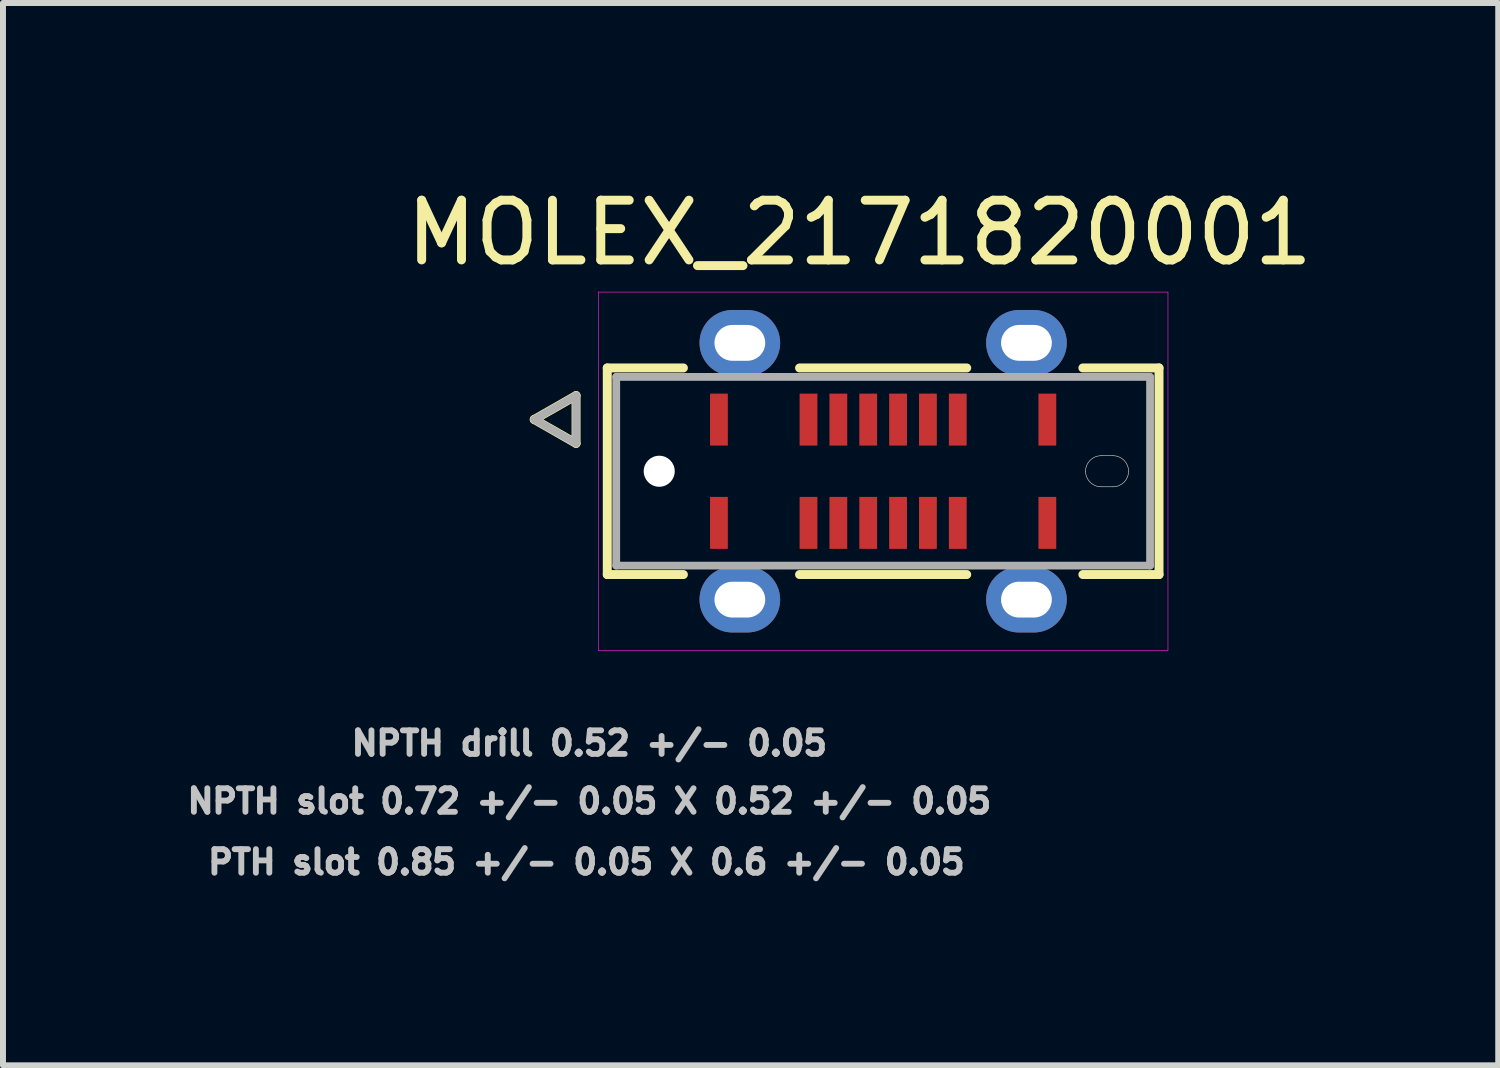
<source format=kicad_pcb>
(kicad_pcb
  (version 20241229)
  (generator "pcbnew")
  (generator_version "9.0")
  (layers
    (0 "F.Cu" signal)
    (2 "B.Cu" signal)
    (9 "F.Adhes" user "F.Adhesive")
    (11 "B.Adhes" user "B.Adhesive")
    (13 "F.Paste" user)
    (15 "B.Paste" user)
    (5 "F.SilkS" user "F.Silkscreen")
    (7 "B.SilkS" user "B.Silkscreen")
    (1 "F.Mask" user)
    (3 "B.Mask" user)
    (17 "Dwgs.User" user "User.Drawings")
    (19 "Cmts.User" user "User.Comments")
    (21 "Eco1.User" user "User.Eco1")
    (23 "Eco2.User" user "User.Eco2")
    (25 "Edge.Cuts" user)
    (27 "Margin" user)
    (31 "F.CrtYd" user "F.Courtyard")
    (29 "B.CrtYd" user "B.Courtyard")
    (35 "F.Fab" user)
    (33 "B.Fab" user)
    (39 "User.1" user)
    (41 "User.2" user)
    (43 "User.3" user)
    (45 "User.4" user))
  (footprint "MOLEX_2171820001"
    (layer "F.Cu")
    (at 11.74 4.842)
    (property "Reference" "MOLEX_2171820001" (at -0.395 -3.994 0) (layer "F.SilkS") (effects (font (size 1 1) (thickness 0.15))))
    (attr smd)
    (fp_circle (center -3.75 0) (end -3.588 0) (stroke (width 0.324) (type solid)) (fill no) (layer "F.Mask"))
    (fp_poly (pts (xy -2.962 -1.363) (xy -2.538 -1.363) (xy -2.538 -0.366) (xy -2.962 -0.366)) (stroke (width 0.01) (type solid)) (fill yes) (layer "F.Mask"))
    (fp_poly (pts (xy -2.962 0.366) (xy -2.538 0.366) (xy -2.538 1.363) (xy -2.962 1.363)) (stroke (width 0.01) (type solid)) (fill yes) (layer "F.Mask"))
    (fp_poly (pts (xy -1.462 -1.363) (xy -1.038 -1.363) (xy -1.038 -0.366) (xy -1.462 -0.366)) (stroke (width 0.01) (type solid)) (fill yes) (layer "F.Mask"))
    (fp_poly (pts (xy -1.462 0.366) (xy -1.038 0.366) (xy -1.038 1.363) (xy -1.462 1.363)) (stroke (width 0.01) (type solid)) (fill yes) (layer "F.Mask"))
    (fp_poly (pts (xy -0.963 -1.363) (xy -0.537 -1.363) (xy -0.537 -0.366) (xy -0.963 -0.366)) (stroke (width 0.01) (type solid)) (fill yes) (layer "F.Mask"))
    (fp_poly (pts (xy -0.963 0.366) (xy -0.537 0.366) (xy -0.537 1.363) (xy -0.963 1.363)) (stroke (width 0.01) (type solid)) (fill yes) (layer "F.Mask"))
    (fp_poly (pts (xy -0.463 -1.363) (xy -0.037 -1.363) (xy -0.037 -0.366) (xy -0.463 -0.366)) (stroke (width 0.01) (type solid)) (fill yes) (layer "F.Mask"))
    (fp_poly (pts (xy -0.463 0.366) (xy -0.037 0.366) (xy -0.037 1.363) (xy -0.463 1.363)) (stroke (width 0.01) (type solid)) (fill yes) (layer "F.Mask"))
    (fp_poly (pts (xy 0.037 -1.363) (xy 0.463 -1.363) (xy 0.463 -0.366) (xy 0.037 -0.366)) (stroke (width 0.01) (type solid)) (fill yes) (layer "F.Mask"))
    (fp_poly (pts (xy 0.037 0.366) (xy 0.463 0.366) (xy 0.463 1.363) (xy 0.037 1.363)) (stroke (width 0.01) (type solid)) (fill yes) (layer "F.Mask"))
    (fp_poly (pts (xy 0.537 -1.363) (xy 0.963 -1.363) (xy 0.963 -0.366) (xy 0.537 -0.366)) (stroke (width 0.01) (type solid)) (fill yes) (layer "F.Mask"))
    (fp_poly (pts (xy 0.537 0.366) (xy 0.963 0.366) (xy 0.963 1.363) (xy 0.537 1.363)) (stroke (width 0.01) (type solid)) (fill yes) (layer "F.Mask"))
    (fp_poly (pts (xy 1.038 -1.363) (xy 1.462 -1.363) (xy 1.462 -0.366) (xy 1.038 -0.366)) (stroke (width 0.01) (type solid)) (fill yes) (layer "F.Mask"))
    (fp_poly (pts (xy 1.038 0.366) (xy 1.462 0.366) (xy 1.462 1.363) (xy 1.038 1.363)) (stroke (width 0.01) (type solid)) (fill yes) (layer "F.Mask"))
    (fp_poly (pts (xy 2.538 -1.363) (xy 2.962 -1.363) (xy 2.962 -0.366) (xy 2.538 -0.366)) (stroke (width 0.01) (type solid)) (fill yes) (layer "F.Mask"))
    (fp_poly (pts (xy 2.538 0.366) (xy 2.962 0.366) (xy 2.962 1.363) (xy 2.538 1.363)) (stroke (width 0.01) (type solid)) (fill yes) (layer "F.Mask"))
    (fp_poly (pts (xy 3.65 -0.324) (xy 3.85 -0.324) (xy 3.867 -0.323) (xy 3.884 -0.322) (xy 3.901 -0.32) (xy 3.917 -0.316) (xy 3.934 -0.312) (xy 3.95 -0.308) (xy 3.966 -0.302) (xy 3.982 -0.296) (xy 3.997 -0.288) (xy 4.012 -0.28) (xy 4.026 -0.271) (xy 4.04 -0.262) (xy 4.054 -0.251) (xy 4.066 -0.24) (xy 4.079 -0.229) (xy 4.09 -0.216) (xy 4.101 -0.204) (xy 4.112 -0.19) (xy 4.121 -0.176) (xy 4.13 -0.162) (xy 4.138 -0.147) (xy 4.146 -0.132) (xy 4.152 -0.116) (xy 4.158 -0.1) (xy 4.162 -0.084) (xy 4.166 -0.067) (xy 4.17 -0.051) (xy 4.172 -0.034) (xy 4.173 -0.017) (xy 4.173 0) (xy 4.173 0.017) (xy 4.172 0.034) (xy 4.17 0.051) (xy 4.166 0.067) (xy 4.162 0.084) (xy 4.158 0.1) (xy 4.152 0.116) (xy 4.146 0.132) (xy 4.138 0.147) (xy 4.13 0.162) (xy 4.121 0.176) (xy 4.112 0.19) (xy 4.101 0.204) (xy 4.09 0.216) (xy 4.079 0.229) (xy 4.066 0.24) (xy 4.054 0.251) (xy 4.04 0.262) (xy 4.026 0.271) (xy 4.012 0.28) (xy 3.997 0.288) (xy 3.982 0.296) (xy 3.966 0.302) (xy 3.95 0.308) (xy 3.934 0.312) (xy 3.917 0.316) (xy 3.901 0.32) (xy 3.884 0.322) (xy 3.867 0.323) (xy 3.85 0.324) (xy 3.65 0.324) (xy 3.633 0.323) (xy 3.616 0.322) (xy 3.599 0.32) (xy 3.583 0.316) (xy 3.566 0.312) (xy 3.55 0.308) (xy 3.534 0.302) (xy 3.518 0.296) (xy 3.503 0.288) (xy 3.488 0.28) (xy 3.474 0.271) (xy 3.46 0.262) (xy 3.446 0.251) (xy 3.434 0.24) (xy 3.421 0.229) (xy 3.41 0.216) (xy 3.399 0.204) (xy 3.388 0.19) (xy 3.379 0.176) (xy 3.37 0.162) (xy 3.362 0.147) (xy 3.354 0.132) (xy 3.348 0.116) (xy 3.342 0.1) (xy 3.338 0.084) (xy 3.334 0.067) (xy 3.33 0.051) (xy 3.328 0.034) (xy 3.327 0.017) (xy 3.326 0) (xy 3.327 -0.017) (xy 3.328 -0.034) (xy 3.33 -0.051) (xy 3.334 -0.067) (xy 3.338 -0.084) (xy 3.342 -0.1) (xy 3.348 -0.116) (xy 3.354 -0.132) (xy 3.362 -0.147) (xy 3.37 -0.162) (xy 3.379 -0.176) (xy 3.388 -0.19) (xy 3.399 -0.204) (xy 3.41 -0.216) (xy 3.421 -0.229) (xy 3.434 -0.24) (xy 3.446 -0.251) (xy 3.46 -0.262) (xy 3.474 -0.271) (xy 3.488 -0.28) (xy 3.503 -0.288) (xy 3.518 -0.296) (xy 3.534 -0.302) (xy 3.55 -0.308) (xy 3.566 -0.312) (xy 3.583 -0.316) (xy 3.599 -0.32) (xy 3.616 -0.322) (xy 3.633 -0.323) (xy 3.65 -0.324) (xy 3.65 -0.324)) (stroke (width 0.01) (type solid)) (fill yes) (layer "F.Mask"))
    (fp_circle (center -3.75 0) (end -3.588 0) (stroke (width 0.324) (type solid)) (fill no) (layer "B.Mask"))
    (fp_poly (pts (xy 3.65 -0.324) (xy 3.85 -0.324) (xy 3.867 -0.323) (xy 3.884 -0.322) (xy 3.901 -0.32) (xy 3.917 -0.316) (xy 3.934 -0.312) (xy 3.95 -0.308) (xy 3.966 -0.302) (xy 3.982 -0.296) (xy 3.997 -0.288) (xy 4.012 -0.28) (xy 4.026 -0.271) (xy 4.04 -0.262) (xy 4.054 -0.251) (xy 4.066 -0.24) (xy 4.079 -0.229) (xy 4.09 -0.216) (xy 4.101 -0.204) (xy 4.112 -0.19) (xy 4.121 -0.176) (xy 4.13 -0.162) (xy 4.138 -0.147) (xy 4.146 -0.132) (xy 4.152 -0.116) (xy 4.158 -0.1) (xy 4.162 -0.084) (xy 4.166 -0.067) (xy 4.17 -0.051) (xy 4.172 -0.034) (xy 4.173 -0.017) (xy 4.173 0) (xy 4.173 0.017) (xy 4.172 0.034) (xy 4.17 0.051) (xy 4.166 0.067) (xy 4.162 0.084) (xy 4.158 0.1) (xy 4.152 0.116) (xy 4.146 0.132) (xy 4.138 0.147) (xy 4.13 0.162) (xy 4.121 0.176) (xy 4.112 0.19) (xy 4.101 0.204) (xy 4.09 0.216) (xy 4.079 0.229) (xy 4.066 0.24) (xy 4.054 0.251) (xy 4.04 0.262) (xy 4.026 0.271) (xy 4.012 0.28) (xy 3.997 0.288) (xy 3.982 0.296) (xy 3.966 0.302) (xy 3.95 0.308) (xy 3.934 0.312) (xy 3.917 0.316) (xy 3.901 0.32) (xy 3.884 0.322) (xy 3.867 0.323) (xy 3.85 0.324) (xy 3.65 0.324) (xy 3.633 0.323) (xy 3.616 0.322) (xy 3.599 0.32) (xy 3.583 0.316) (xy 3.566 0.312) (xy 3.55 0.308) (xy 3.534 0.302) (xy 3.518 0.296) (xy 3.503 0.288) (xy 3.488 0.28) (xy 3.474 0.271) (xy 3.46 0.262) (xy 3.446 0.251) (xy 3.434 0.24) (xy 3.421 0.229) (xy 3.41 0.216) (xy 3.399 0.204) (xy 3.388 0.19) (xy 3.379 0.176) (xy 3.37 0.162) (xy 3.362 0.147) (xy 3.354 0.132) (xy 3.348 0.116) (xy 3.342 0.1) (xy 3.338 0.084) (xy 3.334 0.067) (xy 3.33 0.051) (xy 3.328 0.034) (xy 3.327 0.017) (xy 3.326 0) (xy 3.327 -0.017) (xy 3.328 -0.034) (xy 3.33 -0.051) (xy 3.334 -0.067) (xy 3.338 -0.084) (xy 3.342 -0.1) (xy 3.348 -0.116) (xy 3.354 -0.132) (xy 3.362 -0.147) (xy 3.37 -0.162) (xy 3.379 -0.176) (xy 3.388 -0.19) (xy 3.399 -0.204) (xy 3.41 -0.216) (xy 3.421 -0.229) (xy 3.434 -0.24) (xy 3.446 -0.251) (xy 3.46 -0.262) (xy 3.474 -0.271) (xy 3.488 -0.28) (xy 3.503 -0.288) (xy 3.518 -0.296) (xy 3.534 -0.302) (xy 3.55 -0.308) (xy 3.566 -0.312) (xy 3.583 -0.316) (xy 3.599 -0.32) (xy 3.616 -0.322) (xy 3.633 -0.323) (xy 3.65 -0.324) (xy 3.65 -0.324)) (stroke (width 0.01) (type solid)) (fill yes) (layer "B.Mask"))
    (fp_line (start -5.843 -0.867) (end -5.143 -0.467) (stroke (width 0.15) (type solid)) (layer "F.SilkS"))
    (fp_line (start -5.143 -1.267) (end -5.843 -0.867) (stroke (width 0.15) (type solid)) (layer "F.SilkS"))
    (fp_line (start -5.143 -0.467) (end -5.143 -1.267) (stroke (width 0.15) (type solid)) (layer "F.SilkS"))
    (fp_line (start -4.62 -1.73) (end -3.345 -1.73) (stroke (width 0.15) (type solid)) (layer "F.SilkS"))
    (fp_line (start -4.62 1.73) (end -4.62 -1.73) (stroke (width 0.15) (type solid)) (layer "F.SilkS"))
    (fp_line (start -3.345 1.73) (end -4.62 1.73) (stroke (width 0.15) (type solid)) (layer "F.SilkS"))
    (fp_line (start -1.4 -1.73) (end 1.4 -1.73) (stroke (width 0.15) (type solid)) (layer "F.SilkS"))
    (fp_line (start -1.4 1.73) (end 1.4 1.73) (stroke (width 0.15) (type solid)) (layer "F.SilkS"))
    (fp_line (start 3.345 -1.73) (end 4.62 -1.73) (stroke (width 0.15) (type solid)) (layer "F.SilkS"))
    (fp_line (start 4.62 -1.73) (end 4.62 1.73) (stroke (width 0.15) (type solid)) (layer "F.SilkS"))
    (fp_line (start 4.62 1.73) (end 3.345 1.73) (stroke (width 0.15) (type solid)) (layer "F.SilkS"))
    (fp_line (start 3.65 -0.26) (end 3.85 -0.26) (stroke (width 0.01) (type solid)) (layer "Edge.Cuts"))
    (fp_line (start 3.85 0.26) (end 3.65 0.26) (stroke (width 0.01) (type solid)) (layer "Edge.Cuts"))
    (fp_arc (start 3.39 0) (mid 3.466152 -0.183848) (end 3.65 -0.26) (stroke (width 0.01) (type solid)) (layer "Edge.Cuts"))
    (fp_arc (start 3.65 0.26) (mid 3.466152 0.183848) (end 3.39 0) (stroke (width 0.01) (type solid)) (layer "Edge.Cuts"))
    (fp_arc (start 3.85 -0.26) (mid 4.033848 -0.183848) (end 4.11 0) (stroke (width 0.01) (type solid)) (layer "Edge.Cuts"))
    (fp_arc (start 4.11 0) (mid 4.033848 0.183848) (end 3.85 0.26) (stroke (width 0.01) (type solid)) (layer "Edge.Cuts"))
    (fp_line (start -4.77 -3) (end 4.77 -3) (stroke (width 0.01) (type solid)) (layer "F.CrtYd"))
    (fp_line (start -4.77 3) (end -4.77 -3) (stroke (width 0.01) (type solid)) (layer "F.CrtYd"))
    (fp_line (start 4.77 -3) (end 4.77 3) (stroke (width 0.01) (type solid)) (layer "F.CrtYd"))
    (fp_line (start 4.77 3) (end -4.77 3) (stroke (width 0.01) (type solid)) (layer "F.CrtYd"))
    (fp_line (start -5.843 -0.867) (end -5.143 -0.467) (stroke (width 0.13) (type solid)) (layer "F.Fab"))
    (fp_line (start -5.143 -1.267) (end -5.843 -0.867) (stroke (width 0.13) (type solid)) (layer "F.Fab"))
    (fp_line (start -5.143 -0.467) (end -5.143 -1.267) (stroke (width 0.13) (type solid)) (layer "F.Fab"))
    (fp_line (start -4.47 -1.58) (end 4.47 -1.58) (stroke (width 0.13) (type solid)) (layer "F.Fab"))
    (fp_line (start -4.47 1.58) (end -4.47 -1.58) (stroke (width 0.13) (type solid)) (layer "F.Fab"))
    (fp_line (start 4.47 -1.58) (end 4.47 1.58) (stroke (width 0.13) (type solid)) (layer "F.Fab"))
    (fp_line (start 4.47 1.58) (end -4.47 1.58) (stroke (width 0.13) (type solid)) (layer "F.Fab"))
    (fp_text user "PTH slot 0.85 +/- 0.05 X 0.6 +/- 0.05" (at -4.97 6.546 0) (layer "Dwgs.User") (effects (font (size 0.394 0.394) (thickness 0.15))))
    (fp_text user "NPTH slot 0.72 +/- 0.05 X 0.52 +/- 0.05" (at -4.92 5.526 0) (layer "Dwgs.User") (effects (font (size 0.394 0.394) (thickness 0.15))))
    (fp_text user "NPTH drill 0.52 +/- 0.05" (at -4.92 4.556 0) (layer "Dwgs.User") (effects (font (size 0.394 0.394) (thickness 0.15))))
    (pad "" np_thru_hole circle (at -3.75 0) (size 0.52 0.52) (drill 0.52) (layers "*.Cu" "*.Mask"))
    (pad "A1" smd rect (at -2.75 -0.865) (size 0.298 0.87) (layers "F.Cu" "F.Paste"))
    (pad "A4" smd rect (at -1.25 -0.865) (size 0.298 0.87) (layers "F.Cu" "F.Paste"))
    (pad "A5" smd rect (at -0.75 -0.865) (size 0.298 0.87) (layers "F.Cu" "F.Paste"))
    (pad "A6" smd rect (at -0.25 -0.865) (size 0.298 0.87) (layers "F.Cu" "F.Paste"))
    (pad "A7" smd rect (at 0.25 -0.865) (size 0.298 0.87) (layers "F.Cu" "F.Paste"))
    (pad "A8" smd rect (at 0.75 -0.865) (size 0.298 0.87) (layers "F.Cu" "F.Paste"))
    (pad "A9" smd rect (at 1.25 -0.865) (size 0.298 0.87) (layers "F.Cu" "F.Paste"))
    (pad "A12" smd rect (at 2.75 -0.865) (size 0.298 0.87) (layers "F.Cu" "F.Paste"))
    (pad "B1" smd rect (at 2.75 0.865) (size 0.298 0.87) (layers "F.Cu" "F.Paste"))
    (pad "B4" smd rect (at 1.25 0.865) (size 0.298 0.87) (layers "F.Cu" "F.Paste"))
    (pad "B5" smd rect (at 0.75 0.865) (size 0.298 0.87) (layers "F.Cu" "F.Paste"))
    (pad "B6" smd rect (at 0.25 0.865) (size 0.298 0.87) (layers "F.Cu" "F.Paste"))
    (pad "B7" smd rect (at -0.25 0.865) (size 0.298 0.87) (layers "F.Cu" "F.Paste"))
    (pad "B8" smd rect (at -0.75 0.865) (size 0.298 0.87) (layers "F.Cu" "F.Paste"))
    (pad "B9" smd rect (at -1.25 0.865) (size 0.298 0.87) (layers "F.Cu" "F.Paste"))
    (pad "B12" smd rect (at -2.75 0.865) (size 0.298 0.87) (layers "F.Cu" "F.Paste"))
    (pad "SH1" thru_hole oval (at -2.4 2.15) (size 1.35 1.1) (drill oval 0.85 0.6) (layers "*.Cu" "*.Mask"))
    (pad "SH2" thru_hole oval (at 2.4 2.15) (size 1.35 1.1) (drill oval 0.85 0.6) (layers "*.Cu" "*.Mask"))
    (pad "SH3" thru_hole oval (at -2.4 -2.15) (size 1.35 1.1) (drill oval 0.85 0.6) (layers "*.Cu" "*.Mask"))
    (pad "SH4" thru_hole oval (at 2.4 -2.15) (size 1.35 1.1) (drill oval 0.85 0.6) (layers "*.Cu" "*.Mask")))
  (gr_rect
    (start -3 -3)
    (end 22.041 14.791)
    (stroke (width 0.1) (type default))
    (fill no)
    (layer "Edge.Cuts")))
</source>
